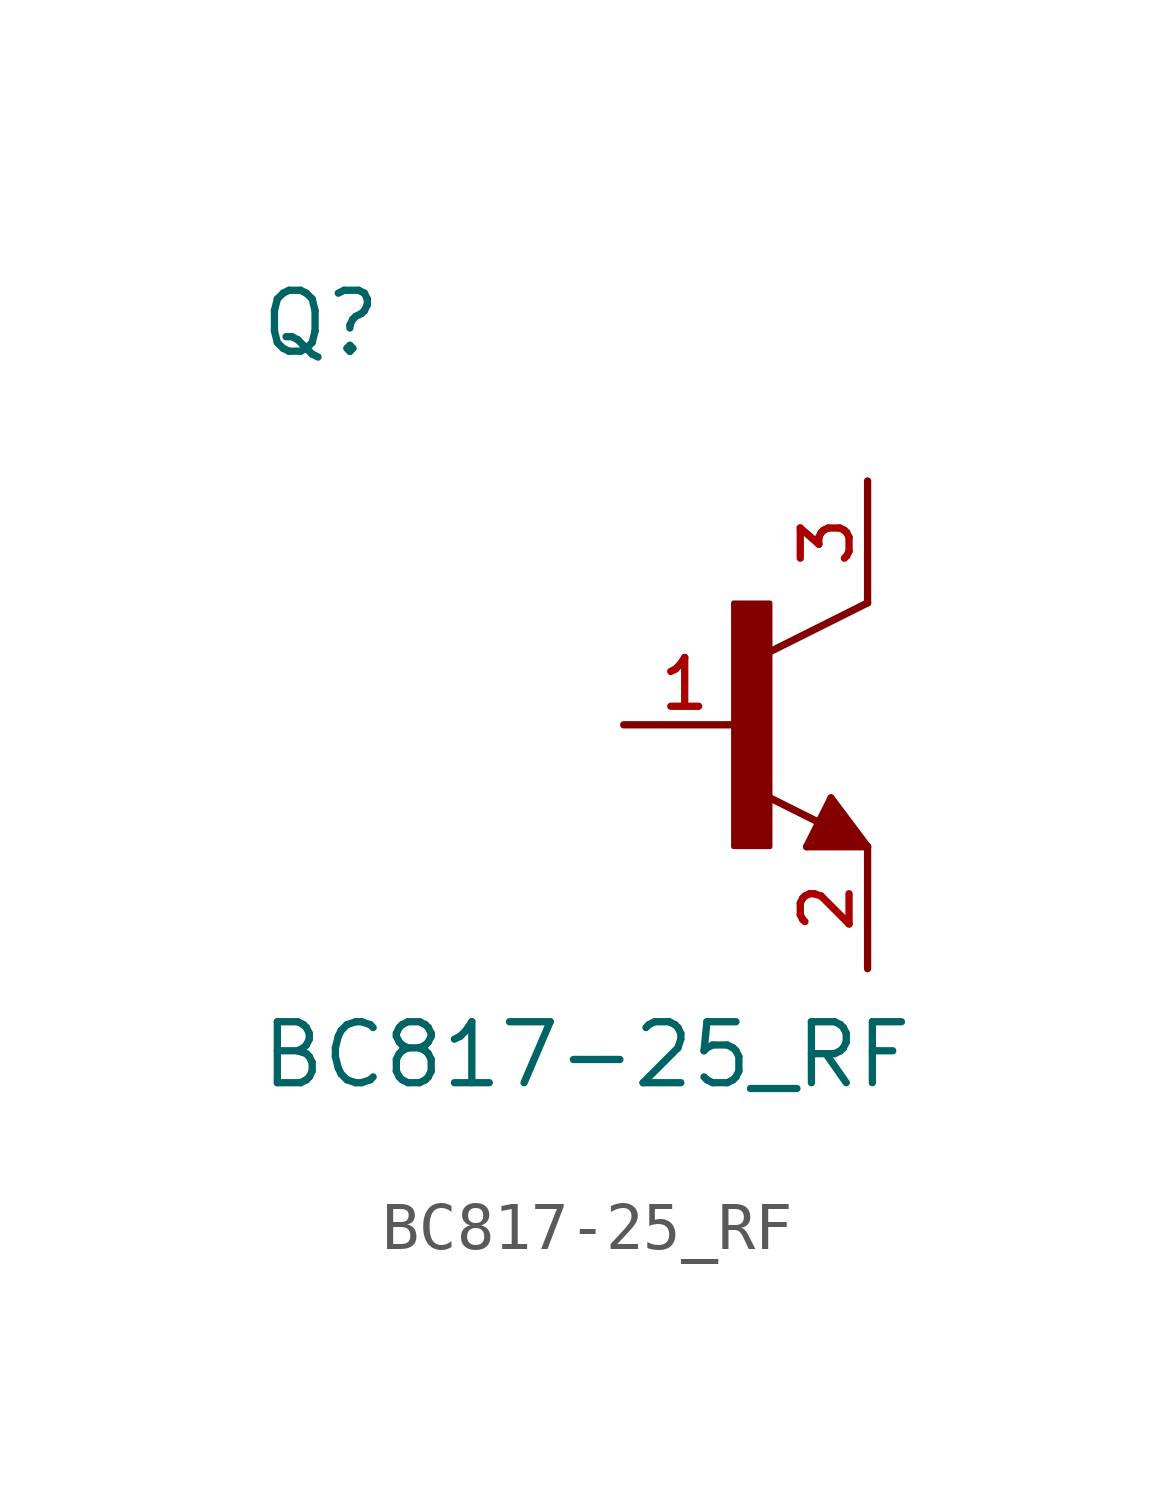
<source format=kicad_sym>
(kicad_symbol_lib
  (version 20211014)
  (generator kicad_symbol_editor)
  (symbol "BC817-25_RF"
    (pin_names
      (offset 1.016))
    (property "Reference" "Q"
      (at -10.16 7.62 0)
      (effects (font (size 1.27 1.27)) (justify bottom left)))
    (property "Value" "BC817-25_RF"
      (at -10.16 -7.62 0)
      (effects (font (size 1.27 1.27)) (justify bottom left)))
    (symbol "BC817-25_RF_0_0"
      (polyline (pts (xy 2.54 2.54) (xy 0.508 1.524)) (stroke (width 0.152)))
      (polyline (pts (xy 1.778 -1.524) (xy 2.54 -2.54)) (stroke (width 0.152)))
      (polyline (pts (xy 2.54 -2.54) (xy 1.27 -2.54)) (stroke (width 0.152)))
      (polyline (pts (xy 1.27 -2.54) (xy 1.778 -1.524)) (stroke (width 0.152)))
      (polyline (pts (xy 1.54 -2.04) (xy 0.308 -1.424)) (stroke (width 0.152)))
      (polyline (pts (xy 1.524 -2.413) (xy 2.286 -2.413)) (stroke (width 0.254)))
      (polyline (pts (xy 2.286 -2.413) (xy 1.778 -1.778)) (stroke (width 0.254)))
      (polyline (pts (xy 1.778 -1.778) (xy 1.524 -2.286)) (stroke (width 0.254)))
      (polyline (pts (xy 1.524 -2.286) (xy 1.905 -2.286)) (stroke (width 0.254)))
      (polyline (pts (xy 1.905 -2.286) (xy 1.778 -2.032)) (stroke (width 0.254)))
      (rectangle (start -0.254 -2.54) (end 0.508 2.54) (stroke (width 0.1)) (fill (type outline)))
      (pin passive line (at -2.54 0.0 0) (length 2.54) (name "~" (effects (font (size 1.016 1.016)))) (number "1" (effects (font (size 1.016 1.016)))))
      (pin passive line (at 2.54 -5.08 90.0) (length 2.54) (name "~" (effects (font (size 1.016 1.016)))) (number "2" (effects (font (size 1.016 1.016)))))
      (pin passive line (at 2.54 5.08 270.0) (length 2.54) (name "~" (effects (font (size 1.016 1.016)))) (number "3" (effects (font (size 1.016 1.016))))))))
</source>
